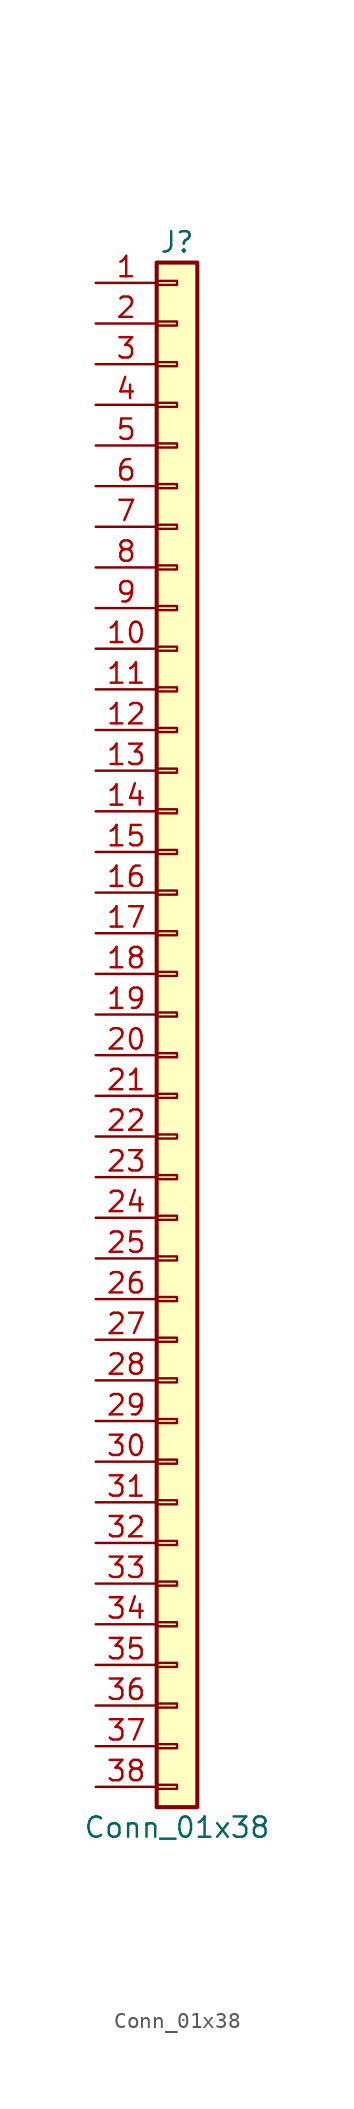
<source format=kicad_sym>
(kicad_symbol_lib
  (version 20211014)
  (generator kicad_symbol_editor)
  (symbol "Conn_01x38"
    (pin_names
      (offset 1.016) hide)
    (property "Reference" "J"
      (at 0 48.26 0)
      (effects (font (size 1.27 1.27))))
    (property "Value" "Conn_01x38"
      (at 0 -50.8 0)
      (effects (font (size 1.27 1.27))))
    (symbol "Conn_01x38_1_1"
      (rectangle (start -1.27 -48.133) (end 0 -48.387) (stroke (width 0.152) (type default) (color 0 0 0 0)) (fill (type none)))
      (rectangle (start -1.27 -45.593) (end 0 -45.847) (stroke (width 0.152) (type default) (color 0 0 0 0)) (fill (type none)))
      (rectangle (start -1.27 -43.053) (end 0 -43.307) (stroke (width 0.152) (type default) (color 0 0 0 0)) (fill (type none)))
      (rectangle (start -1.27 -40.513) (end 0 -40.767) (stroke (width 0.152) (type default) (color 0 0 0 0)) (fill (type none)))
      (rectangle (start -1.27 -37.973) (end 0 -38.227) (stroke (width 0.152) (type default) (color 0 0 0 0)) (fill (type none)))
      (rectangle (start -1.27 -35.433) (end 0 -35.687) (stroke (width 0.152) (type default) (color 0 0 0 0)) (fill (type none)))
      (rectangle (start -1.27 -32.893) (end 0 -33.147) (stroke (width 0.152) (type default) (color 0 0 0 0)) (fill (type none)))
      (rectangle (start -1.27 -30.353) (end 0 -30.607) (stroke (width 0.152) (type default) (color 0 0 0 0)) (fill (type none)))
      (rectangle (start -1.27 -27.813) (end 0 -28.067) (stroke (width 0.152) (type default) (color 0 0 0 0)) (fill (type none)))
      (rectangle (start -1.27 -25.273) (end 0 -25.527) (stroke (width 0.152) (type default) (color 0 0 0 0)) (fill (type none)))
      (rectangle (start -1.27 -22.733) (end 0 -22.987) (stroke (width 0.152) (type default) (color 0 0 0 0)) (fill (type none)))
      (rectangle (start -1.27 -20.193) (end 0 -20.447) (stroke (width 0.152) (type default) (color 0 0 0 0)) (fill (type none)))
      (rectangle (start -1.27 -17.653) (end 0 -17.907) (stroke (width 0.152) (type default) (color 0 0 0 0)) (fill (type none)))
      (rectangle (start -1.27 -15.113) (end 0 -15.367) (stroke (width 0.152) (type default) (color 0 0 0 0)) (fill (type none)))
      (rectangle (start -1.27 -12.573) (end 0 -12.827) (stroke (width 0.152) (type default) (color 0 0 0 0)) (fill (type none)))
      (rectangle (start -1.27 -10.033) (end 0 -10.287) (stroke (width 0.152) (type default) (color 0 0 0 0)) (fill (type none)))
      (rectangle (start -1.27 -7.493) (end 0 -7.747) (stroke (width 0.152) (type default) (color 0 0 0 0)) (fill (type none)))
      (rectangle (start -1.27 -4.953) (end 0 -5.207) (stroke (width 0.152) (type default) (color 0 0 0 0)) (fill (type none)))
      (rectangle (start -1.27 -2.413) (end 0 -2.667) (stroke (width 0.152) (type default) (color 0 0 0 0)) (fill (type none)))
      (rectangle (start -1.27 0.127) (end 0 -0.127) (stroke (width 0.152) (type default) (color 0 0 0 0)) (fill (type none)))
      (rectangle (start -1.27 2.667) (end 0 2.413) (stroke (width 0.152) (type default) (color 0 0 0 0)) (fill (type none)))
      (rectangle (start -1.27 5.207) (end 0 4.953) (stroke (width 0.152) (type default) (color 0 0 0 0)) (fill (type none)))
      (rectangle (start -1.27 7.747) (end 0 7.493) (stroke (width 0.152) (type default) (color 0 0 0 0)) (fill (type none)))
      (rectangle (start -1.27 10.287) (end 0 10.033) (stroke (width 0.152) (type default) (color 0 0 0 0)) (fill (type none)))
      (rectangle (start -1.27 12.827) (end 0 12.573) (stroke (width 0.152) (type default) (color 0 0 0 0)) (fill (type none)))
      (rectangle (start -1.27 15.367) (end 0 15.113) (stroke (width 0.152) (type default) (color 0 0 0 0)) (fill (type none)))
      (rectangle (start -1.27 17.907) (end 0 17.653) (stroke (width 0.152) (type default) (color 0 0 0 0)) (fill (type none)))
      (rectangle (start -1.27 20.447) (end 0 20.193) (stroke (width 0.152) (type default) (color 0 0 0 0)) (fill (type none)))
      (rectangle (start -1.27 22.987) (end 0 22.733) (stroke (width 0.152) (type default) (color 0 0 0 0)) (fill (type none)))
      (rectangle (start -1.27 25.527) (end 0 25.273) (stroke (width 0.152) (type default) (color 0 0 0 0)) (fill (type none)))
      (rectangle (start -1.27 28.067) (end 0 27.813) (stroke (width 0.152) (type default) (color 0 0 0 0)) (fill (type none)))
      (rectangle (start -1.27 30.607) (end 0 30.353) (stroke (width 0.152) (type default) (color 0 0 0 0)) (fill (type none)))
      (rectangle (start -1.27 33.147) (end 0 32.893) (stroke (width 0.152) (type default) (color 0 0 0 0)) (fill (type none)))
      (rectangle (start -1.27 35.687) (end 0 35.433) (stroke (width 0.152) (type default) (color 0 0 0 0)) (fill (type none)))
      (rectangle (start -1.27 38.227) (end 0 37.973) (stroke (width 0.152) (type default) (color 0 0 0 0)) (fill (type none)))
      (rectangle (start -1.27 40.767) (end 0 40.513) (stroke (width 0.152) (type default) (color 0 0 0 0)) (fill (type none)))
      (rectangle (start -1.27 43.307) (end 0 43.053) (stroke (width 0.152) (type default) (color 0 0 0 0)) (fill (type none)))
      (rectangle (start -1.27 45.847) (end 0 45.593) (stroke (width 0.152) (type default) (color 0 0 0 0)) (fill (type none)))
      (rectangle (start -1.27 46.99) (end 1.27 -49.53) (stroke (width 0.254) (type default) (color 0 0 0 0)) (fill (type background)))
      (pin passive line (at -5.08 45.72 0) (length 3.81) (name "Pin_1" (effects (font (size 1.27 1.27)))) (number "1" (effects (font (size 1.27 1.27)))))
      (pin passive line (at -5.08 22.86 0) (length 3.81) (name "Pin_10" (effects (font (size 1.27 1.27)))) (number "10" (effects (font (size 1.27 1.27)))))
      (pin passive line (at -5.08 20.32 0) (length 3.81) (name "Pin_11" (effects (font (size 1.27 1.27)))) (number "11" (effects (font (size 1.27 1.27)))))
      (pin passive line (at -5.08 17.78 0) (length 3.81) (name "Pin_12" (effects (font (size 1.27 1.27)))) (number "12" (effects (font (size 1.27 1.27)))))
      (pin passive line (at -5.08 15.24 0) (length 3.81) (name "Pin_13" (effects (font (size 1.27 1.27)))) (number "13" (effects (font (size 1.27 1.27)))))
      (pin passive line (at -5.08 12.7 0) (length 3.81) (name "Pin_14" (effects (font (size 1.27 1.27)))) (number "14" (effects (font (size 1.27 1.27)))))
      (pin passive line (at -5.08 10.16 0) (length 3.81) (name "Pin_15" (effects (font (size 1.27 1.27)))) (number "15" (effects (font (size 1.27 1.27)))))
      (pin passive line (at -5.08 7.62 0) (length 3.81) (name "Pin_16" (effects (font (size 1.27 1.27)))) (number "16" (effects (font (size 1.27 1.27)))))
      (pin passive line (at -5.08 5.08 0) (length 3.81) (name "Pin_17" (effects (font (size 1.27 1.27)))) (number "17" (effects (font (size 1.27 1.27)))))
      (pin passive line (at -5.08 2.54 0) (length 3.81) (name "Pin_18" (effects (font (size 1.27 1.27)))) (number "18" (effects (font (size 1.27 1.27)))))
      (pin passive line (at -5.08 0 0) (length 3.81) (name "Pin_19" (effects (font (size 1.27 1.27)))) (number "19" (effects (font (size 1.27 1.27)))))
      (pin passive line (at -5.08 43.18 0) (length 3.81) (name "Pin_2" (effects (font (size 1.27 1.27)))) (number "2" (effects (font (size 1.27 1.27)))))
      (pin passive line (at -5.08 -2.54 0) (length 3.81) (name "Pin_20" (effects (font (size 1.27 1.27)))) (number "20" (effects (font (size 1.27 1.27)))))
      (pin passive line (at -5.08 -5.08 0) (length 3.81) (name "Pin_21" (effects (font (size 1.27 1.27)))) (number "21" (effects (font (size 1.27 1.27)))))
      (pin passive line (at -5.08 -7.62 0) (length 3.81) (name "Pin_22" (effects (font (size 1.27 1.27)))) (number "22" (effects (font (size 1.27 1.27)))))
      (pin passive line (at -5.08 -10.16 0) (length 3.81) (name "Pin_23" (effects (font (size 1.27 1.27)))) (number "23" (effects (font (size 1.27 1.27)))))
      (pin passive line (at -5.08 -12.7 0) (length 3.81) (name "Pin_24" (effects (font (size 1.27 1.27)))) (number "24" (effects (font (size 1.27 1.27)))))
      (pin passive line (at -5.08 -15.24 0) (length 3.81) (name "Pin_25" (effects (font (size 1.27 1.27)))) (number "25" (effects (font (size 1.27 1.27)))))
      (pin passive line (at -5.08 -17.78 0) (length 3.81) (name "Pin_26" (effects (font (size 1.27 1.27)))) (number "26" (effects (font (size 1.27 1.27)))))
      (pin passive line (at -5.08 -20.32 0) (length 3.81) (name "Pin_27" (effects (font (size 1.27 1.27)))) (number "27" (effects (font (size 1.27 1.27)))))
      (pin passive line (at -5.08 -22.86 0) (length 3.81) (name "Pin_28" (effects (font (size 1.27 1.27)))) (number "28" (effects (font (size 1.27 1.27)))))
      (pin passive line (at -5.08 -25.4 0) (length 3.81) (name "Pin_29" (effects (font (size 1.27 1.27)))) (number "29" (effects (font (size 1.27 1.27)))))
      (pin passive line (at -5.08 40.64 0) (length 3.81) (name "Pin_3" (effects (font (size 1.27 1.27)))) (number "3" (effects (font (size 1.27 1.27)))))
      (pin passive line (at -5.08 -27.94 0) (length 3.81) (name "Pin_30" (effects (font (size 1.27 1.27)))) (number "30" (effects (font (size 1.27 1.27)))))
      (pin passive line (at -5.08 -30.48 0) (length 3.81) (name "Pin_31" (effects (font (size 1.27 1.27)))) (number "31" (effects (font (size 1.27 1.27)))))
      (pin passive line (at -5.08 -33.02 0) (length 3.81) (name "Pin_32" (effects (font (size 1.27 1.27)))) (number "32" (effects (font (size 1.27 1.27)))))
      (pin passive line (at -5.08 -35.56 0) (length 3.81) (name "Pin_33" (effects (font (size 1.27 1.27)))) (number "33" (effects (font (size 1.27 1.27)))))
      (pin passive line (at -5.08 -38.1 0) (length 3.81) (name "Pin_34" (effects (font (size 1.27 1.27)))) (number "34" (effects (font (size 1.27 1.27)))))
      (pin passive line (at -5.08 -40.64 0) (length 3.81) (name "Pin_35" (effects (font (size 1.27 1.27)))) (number "35" (effects (font (size 1.27 1.27)))))
      (pin passive line (at -5.08 -43.18 0) (length 3.81) (name "Pin_36" (effects (font (size 1.27 1.27)))) (number "36" (effects (font (size 1.27 1.27)))))
      (pin passive line (at -5.08 -45.72 0) (length 3.81) (name "Pin_37" (effects (font (size 1.27 1.27)))) (number "37" (effects (font (size 1.27 1.27)))))
      (pin passive line (at -5.08 -48.26 0) (length 3.81) (name "Pin_38" (effects (font (size 1.27 1.27)))) (number "38" (effects (font (size 1.27 1.27)))))
      (pin passive line (at -5.08 38.1 0) (length 3.81) (name "Pin_4" (effects (font (size 1.27 1.27)))) (number "4" (effects (font (size 1.27 1.27)))))
      (pin passive line (at -5.08 35.56 0) (length 3.81) (name "Pin_5" (effects (font (size 1.27 1.27)))) (number "5" (effects (font (size 1.27 1.27)))))
      (pin passive line (at -5.08 33.02 0) (length 3.81) (name "Pin_6" (effects (font (size 1.27 1.27)))) (number "6" (effects (font (size 1.27 1.27)))))
      (pin passive line (at -5.08 30.48 0) (length 3.81) (name "Pin_7" (effects (font (size 1.27 1.27)))) (number "7" (effects (font (size 1.27 1.27)))))
      (pin passive line (at -5.08 27.94 0) (length 3.81) (name "Pin_8" (effects (font (size 1.27 1.27)))) (number "8" (effects (font (size 1.27 1.27)))))
      (pin passive line (at -5.08 25.4 0) (length 3.81) (name "Pin_9" (effects (font (size 1.27 1.27)))) (number "9" (effects (font (size 1.27 1.27))))))))
</source>
